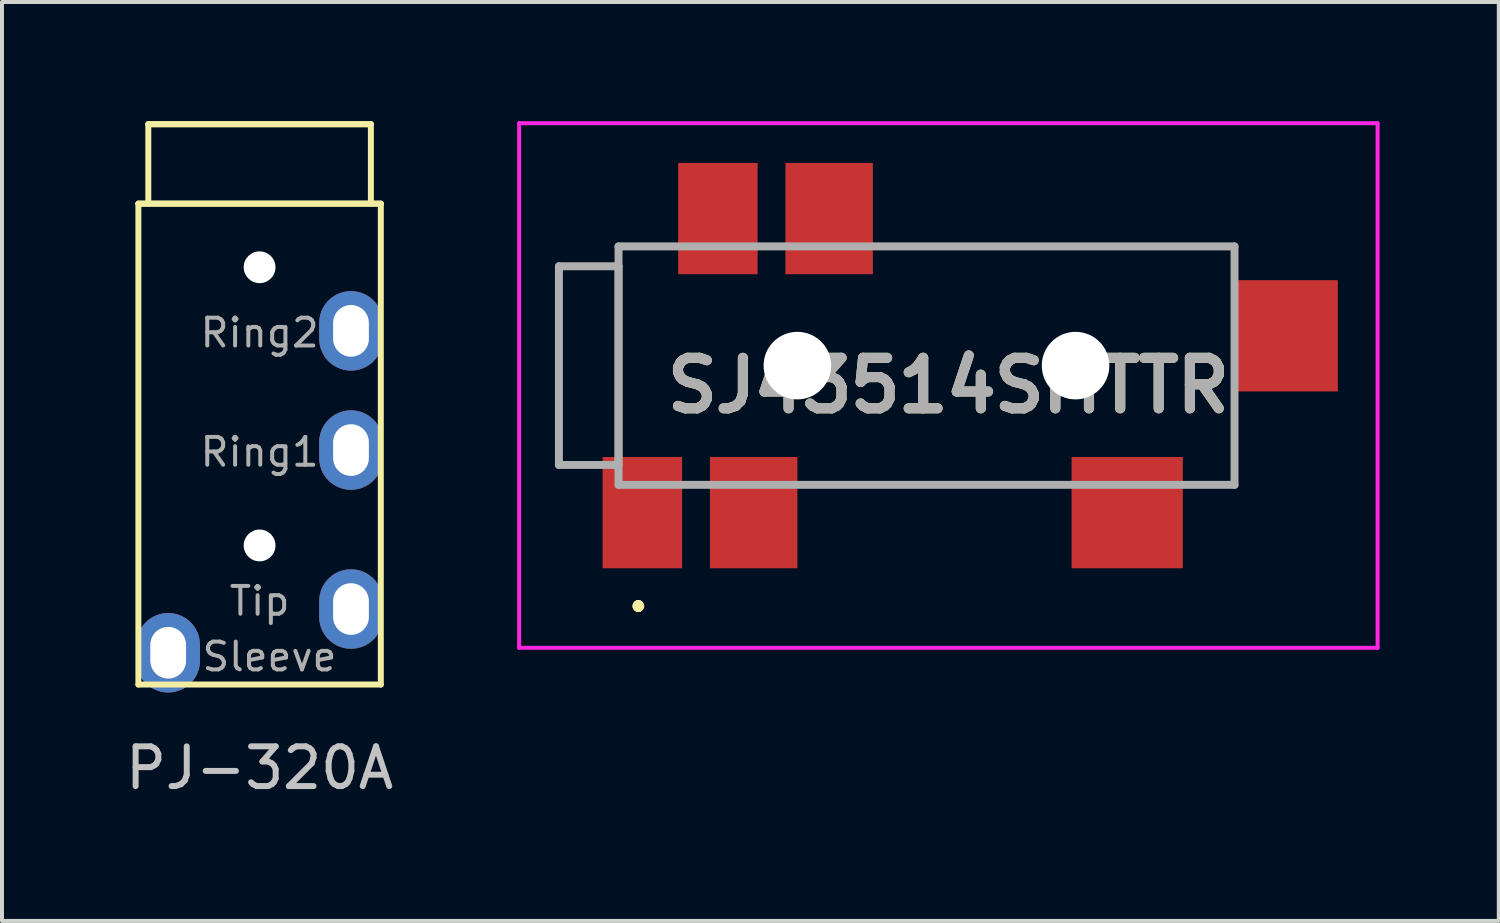
<source format=kicad_pcb>
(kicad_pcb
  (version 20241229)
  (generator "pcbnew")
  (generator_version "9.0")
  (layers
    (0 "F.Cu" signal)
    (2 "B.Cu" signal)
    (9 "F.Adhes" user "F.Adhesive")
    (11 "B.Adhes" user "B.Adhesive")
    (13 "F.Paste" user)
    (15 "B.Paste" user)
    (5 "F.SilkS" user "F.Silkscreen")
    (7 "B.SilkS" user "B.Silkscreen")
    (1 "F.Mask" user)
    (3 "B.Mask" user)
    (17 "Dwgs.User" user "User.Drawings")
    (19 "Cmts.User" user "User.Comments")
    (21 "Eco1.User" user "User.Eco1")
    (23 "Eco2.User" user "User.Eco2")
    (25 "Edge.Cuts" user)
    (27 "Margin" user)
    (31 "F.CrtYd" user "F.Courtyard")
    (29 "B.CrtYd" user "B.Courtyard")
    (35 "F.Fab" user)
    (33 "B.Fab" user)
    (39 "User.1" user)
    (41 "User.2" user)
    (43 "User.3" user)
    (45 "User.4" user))
  (footprint "SJ43514SMTTR"
    (layer "F.Cu")
    (at 20.264 6.15)
    (property "Reference" "SJ43514SMTTR" (at 0.55 0.5 0) (layer "F.SilkS") (effects (font (size 1.27 1.27) (thickness 0.254))))
    (attr through_hole)
    (fp_line (start -9.25 -2.5) (end -9.25 -2.5) (stroke (width 0.1) (type solid)) (layer "F.SilkS"))
    (fp_line (start -9.25 -2.5) (end -9.25 -2.5) (stroke (width 0.1) (type solid)) (layer "F.SilkS"))
    (fp_line (start -9.25 -2.5) (end -9.25 2.5) (stroke (width 0.1) (type solid)) (layer "F.SilkS"))
    (fp_line (start -9.25 -2.5) (end -7.75 -2.5) (stroke (width 0.1) (type solid)) (layer "F.SilkS"))
    (fp_line (start -9.25 2.5) (end -9.25 -2.5) (stroke (width 0.1) (type solid)) (layer "F.SilkS"))
    (fp_line (start -9.25 2.5) (end -9.25 2.5) (stroke (width 0.1) (type solid)) (layer "F.SilkS"))
    (fp_line (start -9.25 2.5) (end -9.25 2.5) (stroke (width 0.1) (type solid)) (layer "F.SilkS"))
    (fp_line (start -9.25 2.5) (end -8.75 2.5) (stroke (width 0.1) (type solid)) (layer "F.SilkS"))
    (fp_line (start -8.75 2.5) (end -9.25 2.5) (stroke (width 0.1) (type solid)) (layer "F.SilkS"))
    (fp_line (start -8.75 2.5) (end -8.75 2.5) (stroke (width 0.1) (type solid)) (layer "F.SilkS"))
    (fp_line (start -7.75 -3) (end -7.75 -3) (stroke (width 0.1) (type solid)) (layer "F.SilkS"))
    (fp_line (start -7.75 -3) (end -7.75 -3) (stroke (width 0.1) (type solid)) (layer "F.SilkS"))
    (fp_line (start -7.75 -3) (end -7.75 1.75) (stroke (width 0.1) (type solid)) (layer "F.SilkS"))
    (fp_line (start -7.75 -3) (end -7 -3) (stroke (width 0.1) (type solid)) (layer "F.SilkS"))
    (fp_line (start -7.75 -2.5) (end -9.25 -2.5) (stroke (width 0.1) (type solid)) (layer "F.SilkS"))
    (fp_line (start -7.75 -2.5) (end -7.75 -2.5) (stroke (width 0.1) (type solid)) (layer "F.SilkS"))
    (fp_line (start -7.75 1.75) (end -7.75 -3) (stroke (width 0.1) (type solid)) (layer "F.SilkS"))
    (fp_line (start -7.75 1.75) (end -7.75 1.75) (stroke (width 0.1) (type solid)) (layer "F.SilkS"))
    (fp_line (start -7.25 6) (end -7.25 6) (stroke (width 0.2) (type solid)) (layer "F.SilkS"))
    (fp_line (start -7.25 6) (end -7.25 6) (stroke (width 0.2) (type solid)) (layer "F.SilkS"))
    (fp_line (start -7.25 6.1) (end -7.25 6.1) (stroke (width 0.2) (type solid)) (layer "F.SilkS"))
    (fp_line (start -7 -3) (end -7.75 -3) (stroke (width 0.1) (type solid)) (layer "F.SilkS"))
    (fp_line (start -7 -3) (end -7 -3) (stroke (width 0.1) (type solid)) (layer "F.SilkS"))
    (fp_line (start -2.75 3) (end -2.75 3) (stroke (width 0.1) (type solid)) (layer "F.SilkS"))
    (fp_line (start -2.75 3) (end 3 3) (stroke (width 0.1) (type solid)) (layer "F.SilkS"))
    (fp_line (start -0.75 -3) (end -0.75 -3) (stroke (width 0.1) (type solid)) (layer "F.SilkS"))
    (fp_line (start -0.75 -3) (end 7.75 -3) (stroke (width 0.1) (type solid)) (layer "F.SilkS"))
    (fp_line (start 3 3) (end -2.75 3) (stroke (width 0.1) (type solid)) (layer "F.SilkS"))
    (fp_line (start 3 3) (end 3 3) (stroke (width 0.1) (type solid)) (layer "F.SilkS"))
    (fp_line (start 7 3) (end 7 3) (stroke (width 0.1) (type solid)) (layer "F.SilkS"))
    (fp_line (start 7 3) (end 7.75 3) (stroke (width 0.1) (type solid)) (layer "F.SilkS"))
    (fp_line (start 7.75 -3) (end -0.75 -3) (stroke (width 0.1) (type solid)) (layer "F.SilkS"))
    (fp_line (start 7.75 -3) (end 7.75 -3) (stroke (width 0.1) (type solid)) (layer "F.SilkS"))
    (fp_line (start 7.75 -3) (end 7.75 -3) (stroke (width 0.1) (type solid)) (layer "F.SilkS"))
    (fp_line (start 7.75 -3) (end 7.75 -2.75) (stroke (width 0.1) (type solid)) (layer "F.SilkS"))
    (fp_line (start 7.75 -2.75) (end 7.75 -3) (stroke (width 0.1) (type solid)) (layer "F.SilkS"))
    (fp_line (start 7.75 -2.75) (end 7.75 -2.75) (stroke (width 0.1) (type solid)) (layer "F.SilkS"))
    (fp_line (start 7.75 1.25) (end 7.75 1.25) (stroke (width 0.1) (type solid)) (layer "F.SilkS"))
    (fp_line (start 7.75 1.25) (end 7.75 3) (stroke (width 0.1) (type solid)) (layer "F.SilkS"))
    (fp_line (start 7.75 3) (end 7 3) (stroke (width 0.1) (type solid)) (layer "F.SilkS"))
    (fp_line (start 7.75 3) (end 7.75 1.25) (stroke (width 0.1) (type solid)) (layer "F.SilkS"))
    (fp_line (start 7.75 3) (end 7.75 3) (stroke (width 0.1) (type solid)) (layer "F.SilkS"))
    (fp_line (start 7.75 3) (end 7.75 3) (stroke (width 0.1) (type solid)) (layer "F.SilkS"))
    (fp_arc (start -7.25 6) (mid -7.2 6.05) (end -7.25 6.1) (stroke (width 0.2) (type solid)) (layer "F.SilkS"))
    (fp_arc (start -7.25 6.1) (mid -7.3 6.05) (end -7.25 6) (stroke (width 0.2) (type solid)) (layer "F.SilkS"))
    (fp_arc (start -7.25 6.1) (mid -7.3 6.05) (end -7.25 6) (stroke (width 0.2) (type solid)) (layer "F.SilkS"))
    (fp_line (start -10.25 -6.1) (end 11.35 -6.1) (stroke (width 0.1) (type solid)) (layer "F.CrtYd"))
    (fp_line (start -10.25 7.1) (end -10.25 -6.1) (stroke (width 0.1) (type solid)) (layer "F.CrtYd"))
    (fp_line (start 11.35 -6.1) (end 11.35 7.1) (stroke (width 0.1) (type solid)) (layer "F.CrtYd"))
    (fp_line (start 11.35 7.1) (end -10.25 7.1) (stroke (width 0.1) (type solid)) (layer "F.CrtYd"))
    (fp_line (start -9.25 -2.5) (end -7.75 -2.5) (stroke (width 0.2) (type solid)) (layer "F.Fab"))
    (fp_line (start -9.25 2.5) (end -9.25 -2.5) (stroke (width 0.2) (type solid)) (layer "F.Fab"))
    (fp_line (start -7.75 -3) (end -7.75 3) (stroke (width 0.2) (type solid)) (layer "F.Fab"))
    (fp_line (start -7.75 -2.5) (end -7.75 2.5) (stroke (width 0.2) (type solid)) (layer "F.Fab"))
    (fp_line (start -7.75 2.5) (end -9.25 2.5) (stroke (width 0.2) (type solid)) (layer "F.Fab"))
    (fp_line (start -7.75 3) (end 7.75 3) (stroke (width 0.2) (type solid)) (layer "F.Fab"))
    (fp_line (start 7.75 -3) (end -7.75 -3) (stroke (width 0.2) (type solid)) (layer "F.Fab"))
    (fp_line (start 7.75 3) (end 7.75 -3) (stroke (width 0.2) (type solid)) (layer "F.Fab"))
    (fp_text user "${REFERENCE}" (at 0.55 0.5 0) (layer "F.Fab") (effects (font (size 1.27 1.27) (thickness 0.254))))
    (pad "" np_thru_hole circle (at -3.25 0) (size 1.7 1.7) (drill 1.7) (layers "*.Cu" "*.Mask"))
    (pad "" np_thru_hole circle (at 3.75 0) (size 1.7 1.7) (drill 1.7) (layers "*.Cu" "*.Mask"))
    (pad "1" smd rect (at -7.15 3.7) (size 2 2.8) (layers "F.Cu" "F.Mask" "F.Paste"))
    (pad "2" smd rect (at 5.05 3.7 90) (size 2.8 2.8) (layers "F.Cu" "F.Mask" "F.Paste"))
    (pad "3" smd rect (at -2.45 -3.7) (size 2.2 2.8) (layers "F.Cu" "F.Mask" "F.Paste"))
    (pad "4" smd rect (at -4.35 3.7) (size 2.2 2.8) (layers "F.Cu" "F.Mask" "F.Paste"))
    (pad "5" smd rect (at 9.05 -0.75) (size 2.6 2.8) (layers "F.Cu" "F.Mask" "F.Paste"))
    (pad "6" smd rect (at -5.25 -3.7) (size 2 2.8) (layers "F.Cu" "F.Mask" "F.Paste")))
  (footprint "PJ-320A"
    (layer "F.Cu")
    (at 3.482 2.075)
    (property "Reference" "PJ-320A" (at 0 14.2 0) (layer "Dwgs.User") (effects (font (size 1 1) (thickness 0.15))))
    (attr through_hole)
    (fp_line (start -3.05 0) (end -3.05 12.1) (stroke (width 0.15) (type solid)) (layer "F.SilkS"))
    (fp_line (start -2.8 0) (end -2.8 -2) (stroke (width 0.15) (type solid)) (layer "F.SilkS"))
    (fp_line (start 2.8 -2) (end -2.8 -2) (stroke (width 0.15) (type solid)) (layer "F.SilkS"))
    (fp_line (start 2.8 -2) (end -2.8 -2) (stroke (width 0.15) (type solid)) (layer "F.SilkS"))
    (fp_line (start 2.8 0) (end 2.8 -2) (stroke (width 0.15) (type solid)) (layer "F.SilkS"))
    (fp_line (start 3.05 0) (end -3.05 0) (stroke (width 0.15) (type solid)) (layer "F.SilkS"))
    (fp_line (start 3.05 0) (end -3.05 0) (stroke (width 0.15) (type solid)) (layer "F.SilkS"))
    (fp_line (start 3.05 0) (end 3.05 12.1) (stroke (width 0.15) (type solid)) (layer "F.SilkS"))
    (fp_line (start 3.05 12.1) (end -3.05 12.1) (stroke (width 0.15) (type solid)) (layer "F.SilkS"))
    (fp_text user "Ring2" (at 0 3.25 0) (layer "F.Fab") (effects (font (size 0.7 0.7) (thickness 0.1))))
    (fp_text user "Tip" (at 0 10 0) (layer "F.Fab") (effects (font (size 0.7 0.7) (thickness 0.1))))
    (fp_text user "Ring1" (at 0 6.25 0) (layer "F.Fab") (effects (font (size 0.7 0.7) (thickness 0.1))))
    (fp_text user "Sleeve" (at 0.25 11.4 0) (layer "F.Fab") (effects (font (size 0.7 0.7) (thickness 0.1))))
    (pad "" np_thru_hole circle (at 0 1.6) (size 0.8 0.8) (drill 0.8) (layers "*.Cu" "*.Mask"))
    (pad "" np_thru_hole circle (at 0 8.6) (size 0.8 0.8) (drill 0.8) (layers "*.Cu" "*.Mask"))
    (pad "1" thru_hole oval (at -2.3 11.3) (size 1.6 2) (drill oval 0.9 1.3) (layers "*.Cu" "*.Mask"))
    (pad "2" thru_hole oval (at 2.3 10.2) (size 1.6 2) (drill oval 0.9 1.3) (layers "*.Cu" "*.Mask"))
    (pad "3" thru_hole oval (at 2.3 6.2) (size 1.6 2) (drill oval 0.9 1.3) (layers "*.Cu" "*.Mask"))
    (pad "4" thru_hole oval (at 2.3 3.2) (size 1.6 2) (drill oval 0.9 1.3) (layers "*.Cu" "*.Mask")))
  (gr_rect
    (start -3 -3)
    (end 34.664 20.123)
    (stroke (width 0.1) (type default))
    (fill no)
    (layer "Edge.Cuts")))
</source>
